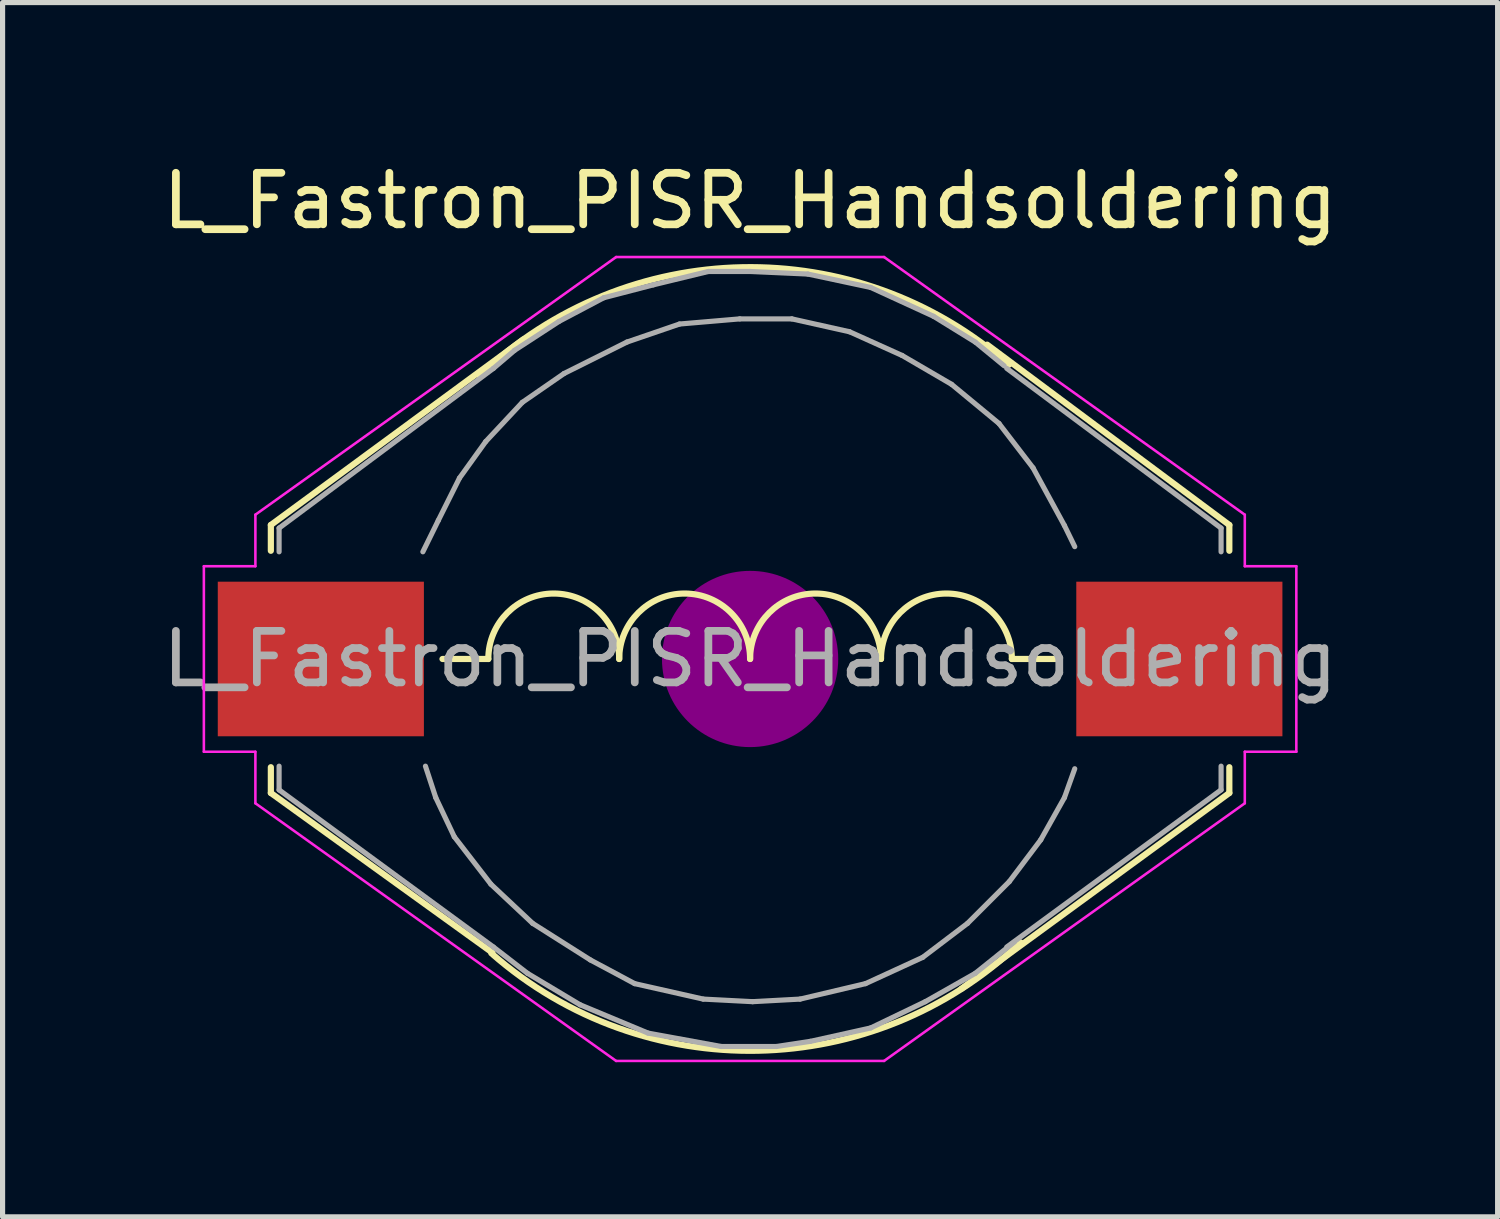
<source format=kicad_pcb>
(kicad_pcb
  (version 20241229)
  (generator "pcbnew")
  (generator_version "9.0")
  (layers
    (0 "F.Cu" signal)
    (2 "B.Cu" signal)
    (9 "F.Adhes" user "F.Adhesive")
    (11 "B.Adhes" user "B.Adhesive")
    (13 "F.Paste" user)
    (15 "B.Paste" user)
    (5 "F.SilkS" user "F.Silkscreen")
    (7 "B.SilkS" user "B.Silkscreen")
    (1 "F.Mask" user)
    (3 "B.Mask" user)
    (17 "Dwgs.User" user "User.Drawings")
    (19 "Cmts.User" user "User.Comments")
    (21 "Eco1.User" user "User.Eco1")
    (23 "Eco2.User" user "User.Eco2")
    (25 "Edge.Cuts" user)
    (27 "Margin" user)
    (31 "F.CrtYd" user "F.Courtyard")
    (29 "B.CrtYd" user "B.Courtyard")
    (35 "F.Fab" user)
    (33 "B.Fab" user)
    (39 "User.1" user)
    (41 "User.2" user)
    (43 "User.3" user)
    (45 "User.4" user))
  (footprint "L_Fastron_PISR_Handsoldering"
    (layer "F.Cu")
    (at 11.506 9.738)
    (property "Reference" "L_Fastron_PISR_Handsoldering" (at 0 -8.89 0) (layer "F.SilkS") (effects (font (size 1 1) (thickness 0.15))))
    (attr smd)
    (fp_line (start -9.3 -2.6) (end -9.3 -2.1) (stroke (width 0.12) (type solid)) (layer "F.SilkS"))
    (fp_line (start -9.3 -2.6) (end -4.4 -6.2) (stroke (width 0.12) (type solid)) (layer "F.SilkS"))
    (fp_line (start -9.3 2.6) (end -9.3 2.1) (stroke (width 0.12) (type solid)) (layer "F.SilkS"))
    (fp_line (start -5.08 0) (end -5.969 0) (stroke (width 0.12) (type solid)) (layer "F.SilkS"))
    (fp_line (start -5 5.7) (end -9.3 2.6) (stroke (width 0.12) (type solid)) (layer "F.SilkS"))
    (fp_line (start 4.1 6.4) (end 9.3 2.6) (stroke (width 0.12) (type solid)) (layer "F.SilkS"))
    (fp_line (start 4.6 -6.1) (end 9.3 -2.6) (stroke (width 0.12) (type solid)) (layer "F.SilkS"))
    (fp_line (start 5.969 0) (end 5.08 0) (stroke (width 0.12) (type solid)) (layer "F.SilkS"))
    (fp_line (start 9.3 -2.6) (end 9.3 -2.1) (stroke (width 0.12) (type solid)) (layer "F.SilkS"))
    (fp_line (start 9.3 2.6) (end 9.3 2.1) (stroke (width 0.12) (type solid)) (layer "F.SilkS"))
    (fp_arc (start -5.25 -5.5) (mid -0.15496 -7.601874) (end 5.021503 -5.709379) (stroke (width 0.12) (type solid)) (layer "F.SilkS"))
    (fp_arc (start -5.08 0) (mid -3.81 -1.27) (end -2.54 0) (stroke (width 0.12) (type solid)) (layer "F.SilkS"))
    (fp_arc (start -2.54 0) (mid -1.27 -1.27) (end 0 0) (stroke (width 0.12) (type solid)) (layer "F.SilkS"))
    (fp_arc (start 0 0) (mid 1.27 -1.27) (end 2.54 0) (stroke (width 0.12) (type solid)) (layer "F.SilkS"))
    (fp_arc (start 2.54 0) (mid 3.81 -1.27) (end 5.08 0) (stroke (width 0.12) (type solid)) (layer "F.SilkS"))
    (fp_arc (start 5.25 5.5) (mid 0.15496 7.601874) (end -5.021503 5.709379) (stroke (width 0.12) (type solid)) (layer "F.SilkS"))
    (fp_line (start 0 -0.25) (end 0 0.25) (stroke (width 0.38) (type solid)) (layer "F.Adhes"))
    (fp_circle (center 0 0) (end 0 0.25) (stroke (width 0.38) (type solid)) (fill no) (layer "F.Adhes"))
    (fp_circle (center 0 0) (end 0 0.51) (stroke (width 0.38) (type solid)) (fill no) (layer "F.Adhes"))
    (fp_circle (center 0 0) (end 0 0.76) (stroke (width 0.38) (type solid)) (fill no) (layer "F.Adhes"))
    (fp_circle (center 0 0) (end 0 1.02) (stroke (width 0.38) (type solid)) (fill no) (layer "F.Adhes"))
    (fp_circle (center 0 0) (end 0 1.27) (stroke (width 0.38) (type solid)) (fill no) (layer "F.Adhes"))
    (fp_circle (center 0 0) (end 0 1.52) (stroke (width 0.38) (type solid)) (fill no) (layer "F.Adhes"))
    (fp_line (start -10.6 -1.8) (end -9.6 -1.8) (stroke (width 0.05) (type solid)) (layer "F.CrtYd"))
    (fp_line (start -10.6 1.8) (end -10.6 -1.8) (stroke (width 0.05) (type solid)) (layer "F.CrtYd"))
    (fp_line (start -9.6 -2.8) (end -2.6 -7.8) (stroke (width 0.05) (type solid)) (layer "F.CrtYd"))
    (fp_line (start -9.6 -1.8) (end -9.6 -2.8) (stroke (width 0.05) (type solid)) (layer "F.CrtYd"))
    (fp_line (start -9.6 1.8) (end -10.6 1.8) (stroke (width 0.05) (type solid)) (layer "F.CrtYd"))
    (fp_line (start -9.6 2.8) (end -9.6 1.8) (stroke (width 0.05) (type solid)) (layer "F.CrtYd"))
    (fp_line (start -2.6 -7.8) (end 2.6 -7.8) (stroke (width 0.05) (type solid)) (layer "F.CrtYd"))
    (fp_line (start -2.6 7.8) (end -9.6 2.8) (stroke (width 0.05) (type solid)) (layer "F.CrtYd"))
    (fp_line (start 2.6 -7.8) (end 9.6 -2.8) (stroke (width 0.05) (type solid)) (layer "F.CrtYd"))
    (fp_line (start 2.6 7.8) (end -2.6 7.8) (stroke (width 0.05) (type solid)) (layer "F.CrtYd"))
    (fp_line (start 9.6 -2.8) (end 9.6 -1.8) (stroke (width 0.05) (type solid)) (layer "F.CrtYd"))
    (fp_line (start 9.6 -1.8) (end 10.6 -1.8) (stroke (width 0.05) (type solid)) (layer "F.CrtYd"))
    (fp_line (start 9.6 1.8) (end 9.6 2.8) (stroke (width 0.05) (type solid)) (layer "F.CrtYd"))
    (fp_line (start 9.6 2.8) (end 2.6 7.8) (stroke (width 0.05) (type solid)) (layer "F.CrtYd"))
    (fp_line (start 10.6 -1.8) (end 10.6 1.8) (stroke (width 0.05) (type solid)) (layer "F.CrtYd"))
    (fp_line (start 10.6 1.8) (end 9.6 1.8) (stroke (width 0.05) (type solid)) (layer "F.CrtYd"))
    (fp_line (start -9.14 -2.54) (end -4.98 -5.64) (stroke (width 0.1) (type solid)) (layer "F.Fab"))
    (fp_line (start -9.14 -2.08) (end -9.14 -2.54) (stroke (width 0.1) (type solid)) (layer "F.Fab"))
    (fp_line (start -9.14 2.08) (end -9.14 2.54) (stroke (width 0.1) (type solid)) (layer "F.Fab"))
    (fp_line (start -9.14 2.54) (end -4.98 5.59) (stroke (width 0.1) (type solid)) (layer "F.Fab"))
    (fp_line (start -6.35 -2.08) (end -6.05 -2.69) (stroke (width 0.1) (type solid)) (layer "F.Fab"))
    (fp_line (start -6.3 2.08) (end -6.1 2.69) (stroke (width 0.1) (type solid)) (layer "F.Fab"))
    (fp_line (start -6.1 2.69) (end -5.74 3.45) (stroke (width 0.1) (type solid)) (layer "F.Fab"))
    (fp_line (start -6.05 -2.69) (end -5.64 -3.51) (stroke (width 0.1) (type solid)) (layer "F.Fab"))
    (fp_line (start -5.74 3.45) (end -5.03 4.37) (stroke (width 0.1) (type solid)) (layer "F.Fab"))
    (fp_line (start -5.64 -3.51) (end -5.13 -4.22) (stroke (width 0.1) (type solid)) (layer "F.Fab"))
    (fp_line (start -5.13 -4.22) (end -4.42 -4.98) (stroke (width 0.1) (type solid)) (layer "F.Fab"))
    (fp_line (start -5.03 4.37) (end -4.22 5.13) (stroke (width 0.1) (type solid)) (layer "F.Fab"))
    (fp_line (start -4.98 -5.64) (end -4.57 -5.99) (stroke (width 0.1) (type solid)) (layer "F.Fab"))
    (fp_line (start -4.98 5.59) (end -4.32 6.1) (stroke (width 0.1) (type solid)) (layer "F.Fab"))
    (fp_line (start -4.57 -5.99) (end -3.71 -6.55) (stroke (width 0.1) (type solid)) (layer "F.Fab"))
    (fp_line (start -4.42 -4.98) (end -3.61 -5.54) (stroke (width 0.1) (type solid)) (layer "F.Fab"))
    (fp_line (start -4.32 6.1) (end -3.3 6.71) (stroke (width 0.1) (type solid)) (layer "F.Fab"))
    (fp_line (start -4.22 5.13) (end -3.1 5.84) (stroke (width 0.1) (type solid)) (layer "F.Fab"))
    (fp_line (start -3.71 -6.55) (end -2.84 -7.01) (stroke (width 0.1) (type solid)) (layer "F.Fab"))
    (fp_line (start -3.61 -5.54) (end -2.39 -6.15) (stroke (width 0.1) (type solid)) (layer "F.Fab"))
    (fp_line (start -3.3 6.71) (end -1.98 7.26) (stroke (width 0.1) (type solid)) (layer "F.Fab"))
    (fp_line (start -3.1 5.84) (end -2.24 6.3) (stroke (width 0.1) (type solid)) (layer "F.Fab"))
    (fp_line (start -2.84 -7.01) (end -1.88 -7.26) (stroke (width 0.1) (type solid)) (layer "F.Fab"))
    (fp_line (start -2.39 -6.15) (end -1.37 -6.5) (stroke (width 0.1) (type solid)) (layer "F.Fab"))
    (fp_line (start -2.24 6.3) (end -0.91 6.6) (stroke (width 0.1) (type solid)) (layer "F.Fab"))
    (fp_line (start -1.98 7.26) (end -0.56 7.52) (stroke (width 0.1) (type solid)) (layer "F.Fab"))
    (fp_line (start -1.88 -7.26) (end -0.81 -7.52) (stroke (width 0.1) (type solid)) (layer "F.Fab"))
    (fp_line (start -1.37 -6.5) (end -0.2 -6.6) (stroke (width 0.1) (type solid)) (layer "F.Fab"))
    (fp_line (start -0.91 6.6) (end 0.05 6.65) (stroke (width 0.1) (type solid)) (layer "F.Fab"))
    (fp_line (start -0.81 -7.52) (end 0 -7.52) (stroke (width 0.1) (type solid)) (layer "F.Fab"))
    (fp_line (start -0.56 7.52) (end 0.51 7.52) (stroke (width 0.1) (type solid)) (layer "F.Fab"))
    (fp_line (start -0.2 -6.6) (end 0.81 -6.6) (stroke (width 0.1) (type solid)) (layer "F.Fab"))
    (fp_line (start 0 -7.52) (end 1.12 -7.47) (stroke (width 0.1) (type solid)) (layer "F.Fab"))
    (fp_line (start 0.05 6.65) (end 0.97 6.6) (stroke (width 0.1) (type solid)) (layer "F.Fab"))
    (fp_line (start 0.51 7.52) (end 1.17 7.42) (stroke (width 0.1) (type solid)) (layer "F.Fab"))
    (fp_line (start 0.81 -6.6) (end 1.93 -6.35) (stroke (width 0.1) (type solid)) (layer "F.Fab"))
    (fp_line (start 0.97 6.6) (end 2.24 6.3) (stroke (width 0.1) (type solid)) (layer "F.Fab"))
    (fp_line (start 1.12 -7.47) (end 2.34 -7.21) (stroke (width 0.1) (type solid)) (layer "F.Fab"))
    (fp_line (start 1.17 7.42) (end 2.34 7.16) (stroke (width 0.1) (type solid)) (layer "F.Fab"))
    (fp_line (start 1.93 -6.35) (end 2.95 -5.89) (stroke (width 0.1) (type solid)) (layer "F.Fab"))
    (fp_line (start 2.24 6.3) (end 3.35 5.79) (stroke (width 0.1) (type solid)) (layer "F.Fab"))
    (fp_line (start 2.34 -7.21) (end 3.56 -6.65) (stroke (width 0.1) (type solid)) (layer "F.Fab"))
    (fp_line (start 2.34 7.16) (end 3.4 6.65) (stroke (width 0.1) (type solid)) (layer "F.Fab"))
    (fp_line (start 2.95 -5.89) (end 3.91 -5.33) (stroke (width 0.1) (type solid)) (layer "F.Fab"))
    (fp_line (start 3.35 5.79) (end 4.22 5.13) (stroke (width 0.1) (type solid)) (layer "F.Fab"))
    (fp_line (start 3.4 6.65) (end 4.37 6.1) (stroke (width 0.1) (type solid)) (layer "F.Fab"))
    (fp_line (start 3.56 -6.65) (end 4.37 -6.15) (stroke (width 0.1) (type solid)) (layer "F.Fab"))
    (fp_line (start 3.91 -5.33) (end 4.83 -4.57) (stroke (width 0.1) (type solid)) (layer "F.Fab"))
    (fp_line (start 4.22 5.13) (end 5.03 4.32) (stroke (width 0.1) (type solid)) (layer "F.Fab"))
    (fp_line (start 4.37 -6.15) (end 4.93 -5.69) (stroke (width 0.1) (type solid)) (layer "F.Fab"))
    (fp_line (start 4.37 6.1) (end 5.13 5.49) (stroke (width 0.1) (type solid)) (layer "F.Fab"))
    (fp_line (start 4.83 -4.57) (end 5.49 -3.71) (stroke (width 0.1) (type solid)) (layer "F.Fab"))
    (fp_line (start 5.03 4.32) (end 5.64 3.51) (stroke (width 0.1) (type solid)) (layer "F.Fab"))
    (fp_line (start 5.49 -3.71) (end 6.1 -2.59) (stroke (width 0.1) (type solid)) (layer "F.Fab"))
    (fp_line (start 5.64 3.51) (end 6.1 2.69) (stroke (width 0.1) (type solid)) (layer "F.Fab"))
    (fp_line (start 6.1 -2.59) (end 6.3 -2.18) (stroke (width 0.1) (type solid)) (layer "F.Fab"))
    (fp_line (start 6.1 2.69) (end 6.3 2.13) (stroke (width 0.1) (type solid)) (layer "F.Fab"))
    (fp_line (start 9.14 -2.54) (end 4.98 -5.64) (stroke (width 0.1) (type solid)) (layer "F.Fab"))
    (fp_line (start 9.14 -2.08) (end 9.14 -2.54) (stroke (width 0.1) (type solid)) (layer "F.Fab"))
    (fp_line (start 9.14 2.08) (end 9.14 2.54) (stroke (width 0.1) (type solid)) (layer "F.Fab"))
    (fp_line (start 9.14 2.54) (end 4.98 5.59) (stroke (width 0.1) (type solid)) (layer "F.Fab"))
    (fp_text user "${REFERENCE}" (at 0 0 0) (layer "F.Fab") (effects (font (size 1 1) (thickness 0.15))))
    (pad "1" smd rect (at 8.33 0) (size 4 3) (layers "F.Cu" "F.Mask" "F.Paste"))
    (pad "2" smd rect (at -8.33 0) (size 4 3) (layers "F.Cu" "F.Mask" "F.Paste")))
  (gr_rect
    (start -3 -3)
    (end 26.012 20.563)
    (stroke (width 0.1) (type default))
    (fill no)
    (layer "Edge.Cuts")))
</source>
